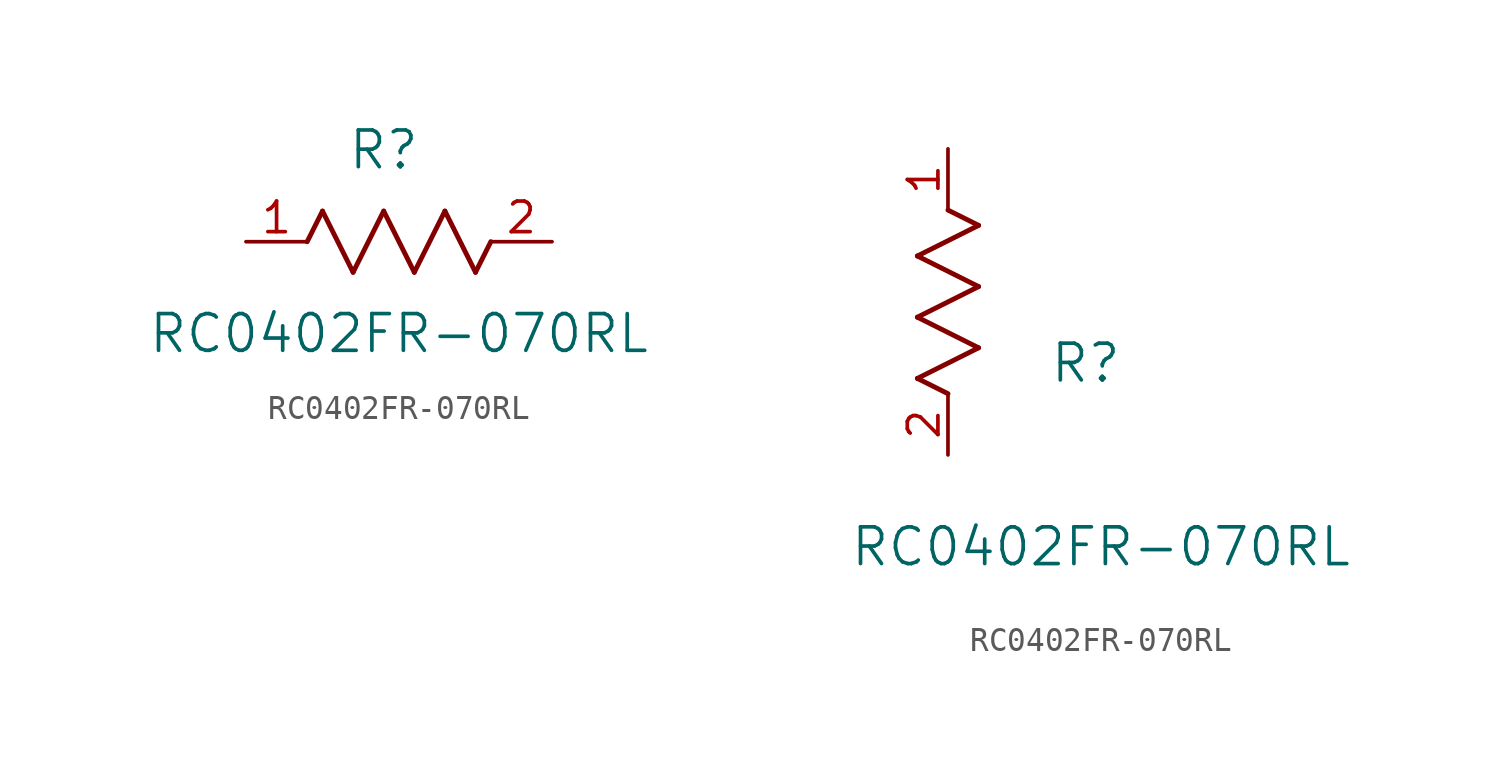
<source format=kicad_sym>
(kicad_symbol_lib
  (version 20211014)
  (generator kicad_symbol_editor)
  (symbol "RC0402FR-070RL"
    (pin_names
      (offset 0.254))
    (property "Reference" "R"
      (at 5.715 3.81 0)
      (effects (font (size 1.524 1.524))))
    (property "Value" "RC0402FR-070RL"
      (at 6.35 -3.81 0)
      (effects (font (size 1.524 1.524))))
    (symbol "RC0402FR-070RL_1_1"
      (polyline (pts (xy 3.175 1.27) (xy 4.445 -1.27)) (stroke (width 0.203) (type default) (color 0 0 0 0)) (fill (type none)))
      (polyline (pts (xy 4.445 -1.27) (xy 5.715 1.27)) (stroke (width 0.203) (type default) (color 0 0 0 0)) (fill (type none)))
      (polyline (pts (xy 5.715 1.27) (xy 6.985 -1.27)) (stroke (width 0.203) (type default) (color 0 0 0 0)) (fill (type none)))
      (polyline (pts (xy 6.985 -1.27) (xy 8.255 1.27)) (stroke (width 0.203) (type default) (color 0 0 0 0)) (fill (type none)))
      (polyline (pts (xy 8.255 1.27) (xy 9.525 -1.27)) (stroke (width 0.203) (type default) (color 0 0 0 0)) (fill (type none)))
      (polyline (pts (xy 2.54 0) (xy 3.175 1.27)) (stroke (width 0.203) (type default) (color 0 0 0 0)) (fill (type none)))
      (polyline (pts (xy 9.525 -1.27) (xy 10.16 0)) (stroke (width 0.203) (type default) (color 0 0 0 0)) (fill (type none)))
      (pin unspecified line (at 0 0 0) (length 2.54) (name "" (effects (font (size 1.27 1.27)))) (number "1" (effects (font (size 1.27 1.27)))))
      (pin unspecified line (at 12.7 0 180) (length 2.54) (name "" (effects (font (size 1.27 1.27)))) (number "2" (effects (font (size 1.27 1.27))))))
    (symbol "RC0402FR-070RL_1_2"
      (polyline (pts (xy 0 2.54) (xy -1.27 3.175)) (stroke (width 0.203) (type default) (color 0 0 0 0)) (fill (type none)))
      (polyline (pts (xy -1.27 3.175) (xy 1.27 4.445)) (stroke (width 0.203) (type default) (color 0 0 0 0)) (fill (type none)))
      (polyline (pts (xy 1.27 4.445) (xy -1.27 5.715)) (stroke (width 0.203) (type default) (color 0 0 0 0)) (fill (type none)))
      (polyline (pts (xy -1.27 5.715) (xy 1.27 6.985)) (stroke (width 0.203) (type default) (color 0 0 0 0)) (fill (type none)))
      (polyline (pts (xy -1.27 8.255) (xy 1.27 9.525)) (stroke (width 0.203) (type default) (color 0 0 0 0)) (fill (type none)))
      (polyline (pts (xy 1.27 9.525) (xy 0 10.16)) (stroke (width 0.203) (type default) (color 0 0 0 0)) (fill (type none)))
      (polyline (pts (xy 1.27 6.985) (xy -1.27 8.255)) (stroke (width 0.203) (type default) (color 0 0 0 0)) (fill (type none)))
      (pin unspecified line (at 0 12.7 270) (length 2.54) (name "" (effects (font (size 1.27 1.27)))) (number "1" (effects (font (size 1.27 1.27)))))
      (pin unspecified line (at 0 0 90) (length 2.54) (name "" (effects (font (size 1.27 1.27)))) (number "2" (effects (font (size 1.27 1.27))))))))
</source>
